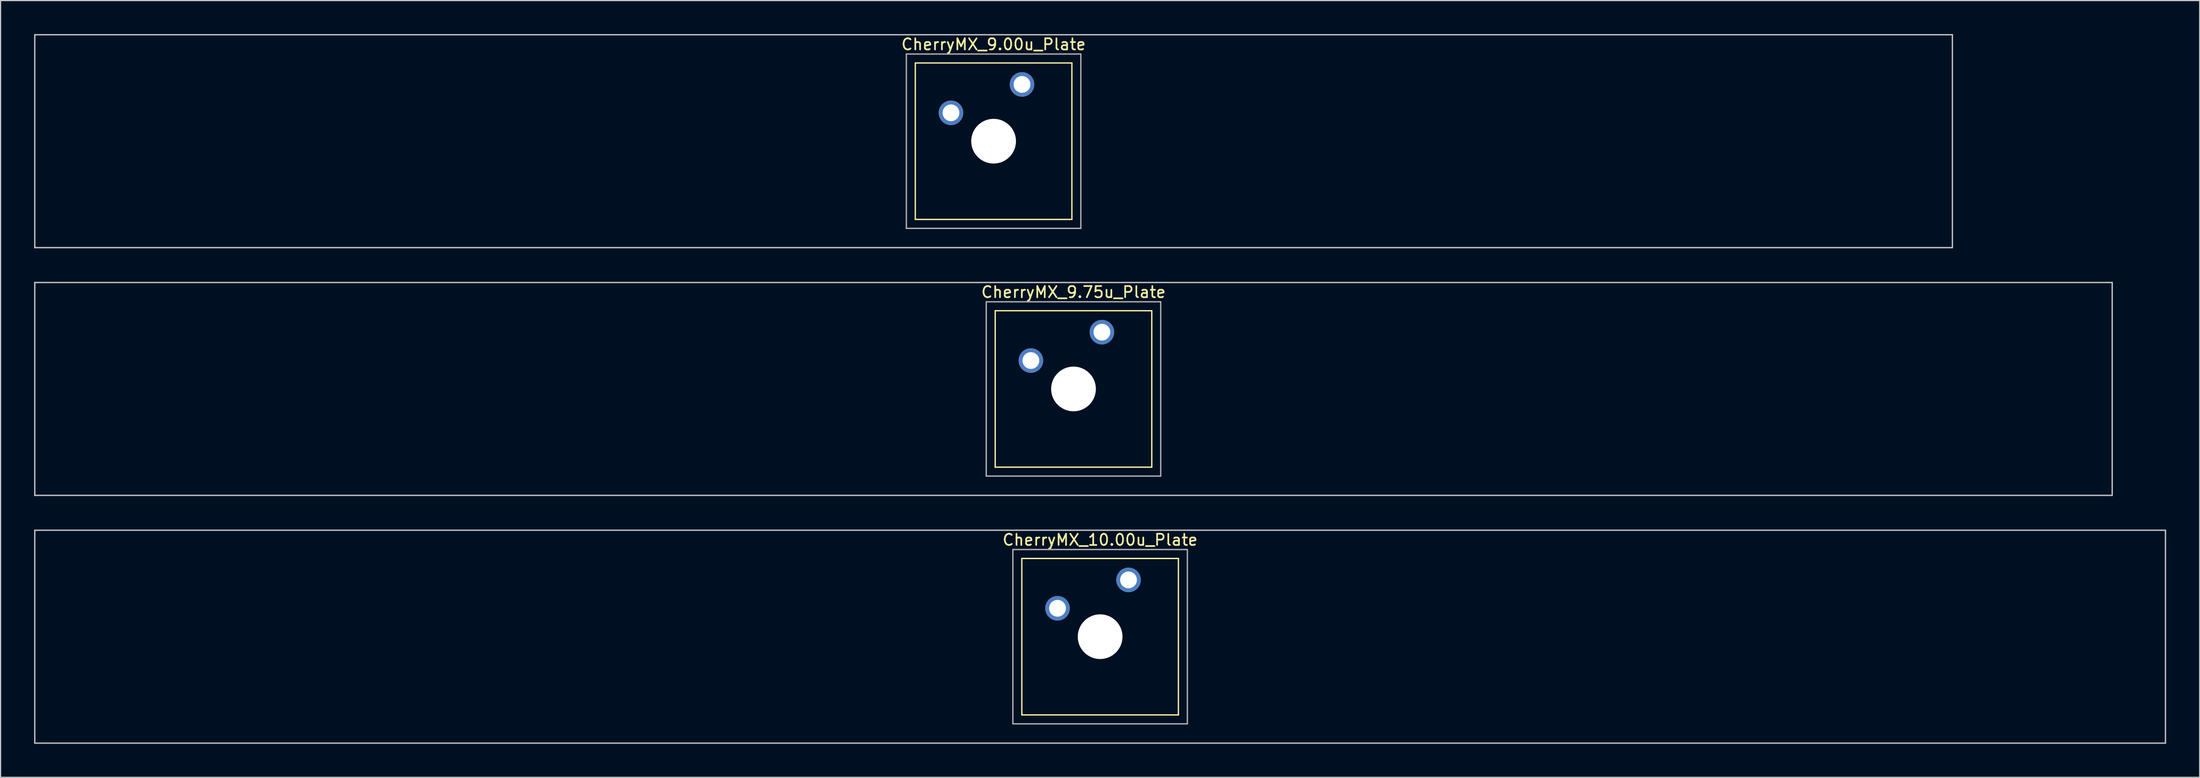
<source format=kicad_pcb>
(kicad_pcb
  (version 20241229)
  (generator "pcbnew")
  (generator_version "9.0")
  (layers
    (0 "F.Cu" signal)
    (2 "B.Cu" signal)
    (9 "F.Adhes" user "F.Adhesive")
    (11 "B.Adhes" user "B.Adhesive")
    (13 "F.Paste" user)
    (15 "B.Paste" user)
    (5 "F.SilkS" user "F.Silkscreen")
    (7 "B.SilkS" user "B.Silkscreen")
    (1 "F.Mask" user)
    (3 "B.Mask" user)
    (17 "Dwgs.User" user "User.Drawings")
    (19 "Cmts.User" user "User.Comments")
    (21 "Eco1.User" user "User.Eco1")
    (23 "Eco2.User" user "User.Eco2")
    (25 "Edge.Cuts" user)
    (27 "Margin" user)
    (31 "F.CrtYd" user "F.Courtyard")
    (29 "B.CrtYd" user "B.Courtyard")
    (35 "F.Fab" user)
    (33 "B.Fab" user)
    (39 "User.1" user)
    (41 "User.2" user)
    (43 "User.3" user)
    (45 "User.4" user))
  (footprint "CherryMX_9.75u_Plate"
    (layer "F.Cu")
    (at 92.929 31.755)
    (property "Reference" "CherryMX_9.75u_Plate" (at 0 -8.662 0) (layer "F.SilkS") (effects (font (size 1 1) (thickness 0.15))))
    (attr through_hole)
    (fp_line (start -7 -7) (end -7 7) (stroke (width 0.12) (type solid)) (layer "F.SilkS"))
    (fp_line (start -7 -7) (end 7 -7) (stroke (width 0.12) (type solid)) (layer "F.SilkS"))
    (fp_line (start 7 -7) (end 7 7) (stroke (width 0.12) (type solid)) (layer "F.SilkS"))
    (fp_line (start 7 7) (end -7 7) (stroke (width 0.12) (type solid)) (layer "F.SilkS"))
    (fp_line (start -92.869 -9.525) (end 92.869 -9.525) (stroke (width 0.12) (type solid)) (layer "Dwgs.User"))
    (fp_line (start -92.869 9.525) (end -92.869 -9.525) (stroke (width 0.12) (type solid)) (layer "Dwgs.User"))
    (fp_line (start 92.869 -9.525) (end 92.869 9.525) (stroke (width 0.12) (type solid)) (layer "Dwgs.User"))
    (fp_line (start 92.869 9.525) (end -92.869 9.525) (stroke (width 0.12) (type solid)) (layer "Dwgs.User"))
    (fp_line (start -7.8 -7.8) (end -7.8 7.8) (stroke (width 0.12) (type solid)) (layer "F.Fab"))
    (fp_line (start -7.8 -7.8) (end 7.8 -7.8) (stroke (width 0.12) (type solid)) (layer "F.Fab"))
    (fp_line (start -7.8 7.8) (end 7.8 7.8) (stroke (width 0.12) (type solid)) (layer "F.Fab"))
    (fp_line (start 7.8 -7.8) (end 7.8 7.8) (stroke (width 0.12) (type solid)) (layer "F.Fab"))
    (pad "" np_thru_hole circle (at 0 0) (size 4 4) (drill 4) (layers "*.Cu" "*.Mask"))
    (pad "1" thru_hole circle (at -3.81 -2.54) (size 2.2 2.2) (drill 1.5) (layers "*.Cu" "*.Mask"))
    (pad "2" thru_hole circle (at 2.54 -5.08) (size 2.2 2.2) (drill 1.5) (layers "*.Cu" "*.Mask")))
  (footprint "CherryMX_9.00u_Plate"
    (layer "F.Cu")
    (at 85.785 9.585)
    (property "Reference" "CherryMX_9.00u_Plate" (at 0 -8.662 0) (layer "F.SilkS") (effects (font (size 1 1) (thickness 0.15))))
    (attr through_hole)
    (fp_line (start -7 -7) (end -7 7) (stroke (width 0.12) (type solid)) (layer "F.SilkS"))
    (fp_line (start -7 -7) (end 7 -7) (stroke (width 0.12) (type solid)) (layer "F.SilkS"))
    (fp_line (start 7 -7) (end 7 7) (stroke (width 0.12) (type solid)) (layer "F.SilkS"))
    (fp_line (start 7 7) (end -7 7) (stroke (width 0.12) (type solid)) (layer "F.SilkS"))
    (fp_line (start -85.725 -9.525) (end 85.725 -9.525) (stroke (width 0.12) (type solid)) (layer "Dwgs.User"))
    (fp_line (start -85.725 9.525) (end -85.725 -9.525) (stroke (width 0.12) (type solid)) (layer "Dwgs.User"))
    (fp_line (start 85.725 -9.525) (end 85.725 9.525) (stroke (width 0.12) (type solid)) (layer "Dwgs.User"))
    (fp_line (start 85.725 9.525) (end -85.725 9.525) (stroke (width 0.12) (type solid)) (layer "Dwgs.User"))
    (fp_line (start -7.8 -7.8) (end -7.8 7.8) (stroke (width 0.12) (type solid)) (layer "F.Fab"))
    (fp_line (start -7.8 -7.8) (end 7.8 -7.8) (stroke (width 0.12) (type solid)) (layer "F.Fab"))
    (fp_line (start -7.8 7.8) (end 7.8 7.8) (stroke (width 0.12) (type solid)) (layer "F.Fab"))
    (fp_line (start 7.8 -7.8) (end 7.8 7.8) (stroke (width 0.12) (type solid)) (layer "F.Fab"))
    (pad "" np_thru_hole circle (at 0 0) (size 4 4) (drill 4) (layers "*.Cu" "*.Mask"))
    (pad "1" thru_hole circle (at -3.81 -2.54) (size 2.2 2.2) (drill 1.5) (layers "*.Cu" "*.Mask"))
    (pad "2" thru_hole circle (at 2.54 -5.08) (size 2.2 2.2) (drill 1.5) (layers "*.Cu" "*.Mask")))
  (footprint "CherryMX_10.00u_Plate"
    (layer "F.Cu")
    (at 95.31 53.925)
    (property "Reference" "CherryMX_10.00u_Plate" (at 0 -8.662 0) (layer "F.SilkS") (effects (font (size 1 1) (thickness 0.15))))
    (attr through_hole)
    (fp_line (start -7 -7) (end -7 7) (stroke (width 0.12) (type solid)) (layer "F.SilkS"))
    (fp_line (start -7 -7) (end 7 -7) (stroke (width 0.12) (type solid)) (layer "F.SilkS"))
    (fp_line (start 7 -7) (end 7 7) (stroke (width 0.12) (type solid)) (layer "F.SilkS"))
    (fp_line (start 7 7) (end -7 7) (stroke (width 0.12) (type solid)) (layer "F.SilkS"))
    (fp_line (start -95.25 -9.525) (end 95.25 -9.525) (stroke (width 0.12) (type solid)) (layer "Dwgs.User"))
    (fp_line (start -95.25 9.525) (end -95.25 -9.525) (stroke (width 0.12) (type solid)) (layer "Dwgs.User"))
    (fp_line (start 95.25 -9.525) (end 95.25 9.525) (stroke (width 0.12) (type solid)) (layer "Dwgs.User"))
    (fp_line (start 95.25 9.525) (end -95.25 9.525) (stroke (width 0.12) (type solid)) (layer "Dwgs.User"))
    (fp_line (start -7.8 -7.8) (end -7.8 7.8) (stroke (width 0.12) (type solid)) (layer "F.Fab"))
    (fp_line (start -7.8 -7.8) (end 7.8 -7.8) (stroke (width 0.12) (type solid)) (layer "F.Fab"))
    (fp_line (start -7.8 7.8) (end 7.8 7.8) (stroke (width 0.12) (type solid)) (layer "F.Fab"))
    (fp_line (start 7.8 -7.8) (end 7.8 7.8) (stroke (width 0.12) (type solid)) (layer "F.Fab"))
    (pad "" np_thru_hole circle (at 0 0) (size 4 4) (drill 4) (layers "*.Cu" "*.Mask"))
    (pad "1" thru_hole circle (at -3.81 -2.54) (size 2.2 2.2) (drill 1.5) (layers "*.Cu" "*.Mask"))
    (pad "2" thru_hole circle (at 2.54 -5.08) (size 2.2 2.2) (drill 1.5) (layers "*.Cu" "*.Mask")))
  (gr_rect
    (start -3 -3)
    (end 193.62 66.51)
    (stroke (width 0.1) (type default))
    (fill no)
    (layer "Edge.Cuts")))
</source>
